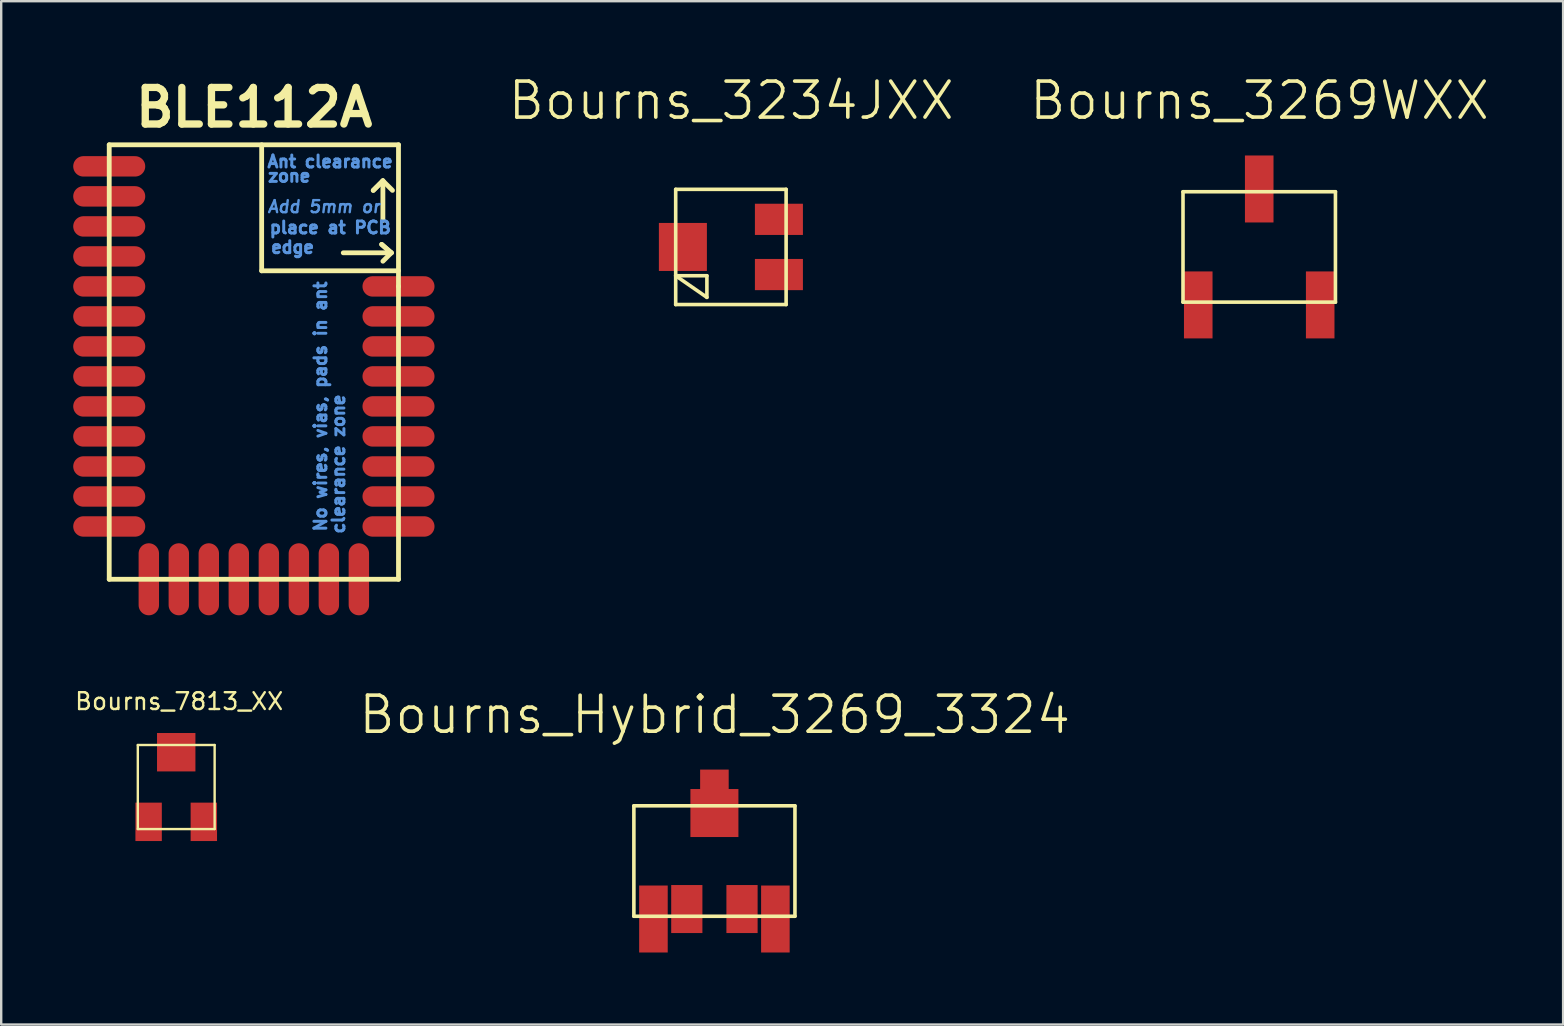
<source format=kicad_pcb>
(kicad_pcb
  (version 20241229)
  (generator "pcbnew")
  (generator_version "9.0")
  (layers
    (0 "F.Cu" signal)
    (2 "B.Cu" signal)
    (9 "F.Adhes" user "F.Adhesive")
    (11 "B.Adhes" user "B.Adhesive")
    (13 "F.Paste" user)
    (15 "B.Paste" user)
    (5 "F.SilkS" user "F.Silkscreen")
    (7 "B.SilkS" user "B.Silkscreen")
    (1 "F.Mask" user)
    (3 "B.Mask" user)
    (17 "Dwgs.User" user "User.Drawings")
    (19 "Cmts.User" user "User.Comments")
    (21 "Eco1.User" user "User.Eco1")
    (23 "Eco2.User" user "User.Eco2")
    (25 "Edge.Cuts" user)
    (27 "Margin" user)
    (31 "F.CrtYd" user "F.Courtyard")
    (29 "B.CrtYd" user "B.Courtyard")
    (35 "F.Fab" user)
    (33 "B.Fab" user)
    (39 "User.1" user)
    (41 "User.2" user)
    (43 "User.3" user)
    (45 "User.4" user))
  (footprint "Bourns_3234JXX"
    (layer "F.Cu")
    (at 27.397 7.237)
    (property "Reference" "Bourns_3234JXX" (at 0.013 -6.096 0) (layer "F.SilkS") (effects (font (size 1.5 1.5) (thickness 0.15))))
    (attr through_hole)
    (fp_line (start -2.3 -2.4) (end -2.3 2.4) (stroke (width 0.15) (type solid)) (layer "F.SilkS"))
    (fp_line (start -2.3 -2.4) (end 2.3 -2.4) (stroke (width 0.15) (type solid)) (layer "F.SilkS"))
    (fp_line (start -2.3 1.2) (end -1 1.2) (stroke (width 0.15) (type solid)) (layer "F.SilkS"))
    (fp_line (start -2.3 1.2) (end -1 2.1) (stroke (width 0.15) (type solid)) (layer "F.SilkS"))
    (fp_line (start -1 1.2) (end -1 2.1) (stroke (width 0.15) (type solid)) (layer "F.SilkS"))
    (fp_line (start 2.3 -2.4) (end 2.3 2.4) (stroke (width 0.15) (type solid)) (layer "F.SilkS"))
    (fp_line (start 2.3 2.4) (end -2.3 2.4) (stroke (width 0.15) (type solid)) (layer "F.SilkS"))
    (pad "1" smd rect (at 2 -1.15) (size 2 1.3) (layers "F.Cu" "F.Mask" "F.Paste"))
    (pad "2" smd rect (at -2 0) (size 2 2) (layers "F.Cu" "F.Mask" "F.Paste"))
    (pad "3" smd rect (at 2 1.15) (size 2 1.3) (layers "F.Cu" "F.Mask" "F.Paste")))
  (footprint "BLE112A"
    (layer "F.Cu")
    (at 7.524 12.031)
    (property "Reference" "BLE112A" (at 0.013 -10.604 0) (layer "F.SilkS") (effects (font (size 1.524 1.524) (thickness 0.305))))
    (attr smd)
    (fp_line (start -6.024 -9.05) (end -6.024 9.05) (stroke (width 0.2) (type solid)) (layer "F.SilkS"))
    (fp_line (start 0.326 -9.05) (end 0.326 -3.8) (stroke (width 0.2) (type solid)) (layer "F.SilkS"))
    (fp_line (start 0.326 -3.8) (end 6.026 -3.8) (stroke (width 0.2) (type solid)) (layer "F.SilkS"))
    (fp_line (start 3.725 -4.549) (end 5.726 -4.549) (stroke (width 0.2) (type solid)) (layer "F.SilkS"))
    (fp_line (start 4.974 -7.15) (end 5.376 -7.549) (stroke (width 0.2) (type solid)) (layer "F.SilkS"))
    (fp_line (start 5.325 -4.9) (end 5.726 -4.549) (stroke (width 0.2) (type solid)) (layer "F.SilkS"))
    (fp_line (start 5.376 -7.549) (end 4.974 -7.15) (stroke (width 0.2) (type solid)) (layer "F.SilkS"))
    (fp_line (start 5.376 -7.549) (end 5.775 -7.15) (stroke (width 0.2) (type solid)) (layer "F.SilkS"))
    (fp_line (start 5.376 -5.9) (end 5.376 -7.549) (stroke (width 0.2) (type solid)) (layer "F.SilkS"))
    (fp_line (start 5.726 -4.549) (end 5.325 -4.9) (stroke (width 0.2) (type solid)) (layer "F.SilkS"))
    (fp_line (start 5.726 -4.549) (end 5.376 -4.199) (stroke (width 0.2) (type solid)) (layer "F.SilkS"))
    (fp_line (start 6.026 -9.05) (end -6.024 -9.05) (stroke (width 0.2) (type solid)) (layer "F.SilkS"))
    (fp_line (start 6.026 -3.15) (end 6.026 -9.05) (stroke (width 0.2) (type solid)) (layer "F.SilkS"))
    (fp_line (start 6.026 -3.15) (end 6.026 9.05) (stroke (width 0.2) (type solid)) (layer "F.SilkS"))
    (fp_line (start 6.026 9.05) (end -6.024 9.05) (stroke (width 0.2) (type solid)) (layer "F.SilkS"))
    (fp_text user "edge" (at 1.615 -4.78 0) (layer "Cmts.User") (effects (font (size 0.5 0.5) (thickness 0.124))))
    (fp_text user "Add 5mm or" (at 2.925 -6.47 0) (layer "Cmts.User") (effects (font (size 0.5 0.5) (thickness 0.102) (italic yes))))
    (fp_text user "clearance zone" (at 3.527 4.249 90) (layer "Cmts.User") (effects (font (size 0.5 0.5) (thickness 0.124))))
    (fp_text user "Ant clearance" (at 3.176 -8.349 0) (layer "Cmts.User") (effects (font (size 0.5 0.5) (thickness 0.124))))
    (fp_text user "place at PCB" (at 3.185 -5.6 0) (layer "Cmts.User") (effects (font (size 0.5 0.5) (thickness 0.124))))
    (fp_text user "No wires, vias, pads in ant" (at 2.777 1.849 90) (layer "Cmts.User") (effects (font (size 0.5 0.5) (thickness 0.124))))
    (fp_text user "zone" (at 1.474 -7.75 0) (layer "Cmts.User") (effects (font (size 0.5 0.5) (thickness 0.124))))
    (pad "1" smd oval (at -6.024 -8.151 90) (size 0.85 3) (layers "F.Cu" "F.Mask" "F.Paste"))
    (pad "2" smd oval (at -6.024 -6.901 90) (size 0.85 3) (layers "F.Cu" "F.Mask" "F.Paste"))
    (pad "3" smd oval (at -6.024 -5.649 90) (size 0.85 3) (layers "F.Cu" "F.Mask" "F.Paste"))
    (pad "4" smd oval (at -6.024 -4.399 270) (size 0.85 3) (layers "F.Cu" "F.Mask" "F.Paste"))
    (pad "5" smd oval (at -6.024 -3.15 90) (size 0.85 3) (layers "F.Cu" "F.Mask" "F.Paste"))
    (pad "6" smd oval (at -6.024 -1.9 90) (size 0.85 3) (layers "F.Cu" "F.Mask" "F.Paste"))
    (pad "7" smd oval (at -6.024 -0.65 90) (size 0.85 3) (layers "F.Cu" "F.Mask" "F.Paste"))
    (pad "8" smd oval (at -6.024 0.599 90) (size 0.85 3) (layers "F.Cu" "F.Mask" "F.Paste"))
    (pad "9" smd oval (at -6.024 1.849 90) (size 0.85 3) (layers "F.Cu" "F.Mask" "F.Paste"))
    (pad "10" smd oval (at -6.024 3.099 90) (size 0.85 3) (layers "F.Cu" "F.Mask" "F.Paste"))
    (pad "11" smd oval (at -6.024 4.351 90) (size 0.85 3) (layers "F.Cu" "F.Mask" "F.Paste"))
    (pad "12" smd oval (at -6.024 5.601 90) (size 0.85 3) (layers "F.Cu" "F.Mask" "F.Paste"))
    (pad "13" smd oval (at -6.024 6.85 90) (size 0.85 3) (layers "F.Cu" "F.Mask" "F.Paste"))
    (pad "14" smd oval (at -4.375 9.05) (size 0.85 3) (layers "F.Cu" "F.Mask" "F.Paste"))
    (pad "15" smd oval (at -3.125 9.05) (size 0.85 3) (layers "F.Cu" "F.Mask" "F.Paste"))
    (pad "16" smd oval (at -1.876 9.05) (size 0.85 3) (layers "F.Cu" "F.Mask" "F.Paste"))
    (pad "17" smd oval (at -0.626 9.05) (size 0.85 3) (layers "F.Cu" "F.Mask" "F.Paste"))
    (pad "18" smd oval (at 0.626 9.05) (size 0.85 3) (layers "F.Cu" "F.Mask" "F.Paste"))
    (pad "19" smd oval (at 1.876 9.05) (size 0.85 3) (layers "F.Cu" "F.Mask" "F.Paste"))
    (pad "20" smd oval (at 3.125 9.05) (size 0.85 3) (layers "F.Cu" "F.Mask" "F.Paste"))
    (pad "21" smd oval (at 4.375 9.05) (size 0.85 3) (layers "F.Cu" "F.Mask" "F.Paste"))
    (pad "22" smd oval (at 6.026 6.85 90) (size 0.85 3) (layers "F.Cu" "F.Mask" "F.Paste"))
    (pad "23" smd oval (at 6.026 5.601 90) (size 0.85 3) (layers "F.Cu" "F.Mask" "F.Paste"))
    (pad "24" smd oval (at 6.026 4.351 90) (size 0.85 3) (layers "F.Cu" "F.Mask" "F.Paste"))
    (pad "25" smd oval (at 6.026 3.099 90) (size 0.85 3) (layers "F.Cu" "F.Mask" "F.Paste"))
    (pad "26" smd oval (at 6.026 1.849 90) (size 0.85 3) (layers "F.Cu" "F.Mask" "F.Paste"))
    (pad "27" smd oval (at 6.026 0.599 90) (size 0.85 3) (layers "F.Cu" "F.Mask" "F.Paste"))
    (pad "28" smd oval (at 6.026 -0.65 90) (size 0.85 3) (layers "F.Cu" "F.Mask" "F.Paste"))
    (pad "29" smd oval (at 6.026 -1.9 90) (size 0.85 3) (layers "F.Cu" "F.Mask" "F.Paste"))
    (pad "30" smd oval (at 6.026 -3.15 90) (size 0.85 3) (layers "F.Cu" "F.Mask" "F.Paste")))
  (footprint "Bourns_7813_XX"
    (layer "F.Cu")
    (at 4.291 29.735)
    (property "Reference" "Bourns_7813_XX" (at 0.122 -3.569 0) (layer "F.SilkS") (effects (font (size 0.7 0.7) (thickness 0.1))))
    (attr through_hole)
    (fp_line (start -1.6 -1.75) (end -1.6 1.75) (stroke (width 0.1) (type solid)) (layer "F.SilkS"))
    (fp_line (start -1.6 -1.75) (end 1.6 -1.75) (stroke (width 0.1) (type solid)) (layer "F.SilkS"))
    (fp_line (start -1.6 1.75) (end 1.6 1.75) (stroke (width 0.1) (type solid)) (layer "F.SilkS"))
    (fp_line (start 1.6 -1.75) (end 1.6 1.75) (stroke (width 0.1) (type solid)) (layer "F.SilkS"))
    (pad "1" smd rect (at -1.15 1.45) (size 1.1 1.6) (layers "F.Cu" "F.Mask" "F.Paste"))
    (pad "2" smd rect (at 0 -1.45) (size 1.6 1.6) (layers "F.Cu" "F.Mask" "F.Paste"))
    (pad "3" smd rect (at 1.15 1.45) (size 1.1 1.6) (layers "F.Cu" "F.Mask" "F.Paste")))
  (footprint "Bourns_3269WXX"
    (layer "F.Cu")
    (at 49.405 7.237)
    (property "Reference" "Bourns_3269WXX" (at 0.013 -6.096 0) (layer "F.SilkS") (effects (font (size 1.5 1.5) (thickness 0.15))))
    (attr through_hole)
    (fp_line (start -3.175 -2.3) (end -3.175 2.3) (stroke (width 0.15) (type solid)) (layer "F.SilkS"))
    (fp_line (start -3.175 -2.3) (end 3.175 -2.3) (stroke (width 0.15) (type solid)) (layer "F.SilkS"))
    (fp_line (start 3.175 -2.3) (end 3.175 2.3) (stroke (width 0.15) (type solid)) (layer "F.SilkS"))
    (fp_line (start 3.175 2.3) (end -3.175 2.3) (stroke (width 0.15) (type solid)) (layer "F.SilkS"))
    (pad "1" smd rect (at -2.54 2.415) (size 1.19 2.79) (layers "F.Cu" "F.Mask" "F.Paste"))
    (pad "2" smd rect (at 0 -2.415) (size 1.19 2.79) (layers "F.Cu" "F.Mask" "F.Paste"))
    (pad "3" smd rect (at 2.54 2.415) (size 1.19 2.79) (layers "F.Cu" "F.Mask" "F.Paste")))
  (footprint "Bourns_Hybrid_3269_3324"
    (layer "F.Cu")
    (at 26.71 32.818)
    (property "Reference" "Bourns_Hybrid_3269_3324" (at 0.013 -6.096 0) (layer "F.SilkS") (effects (font (size 1.5 1.5) (thickness 0.15))))
    (attr through_hole)
    (fp_line (start -3.355 -2.3) (end -3.355 2.3) (stroke (width 0.15) (type solid)) (layer "F.SilkS"))
    (fp_line (start -3.355 -2.3) (end 3.355 -2.3) (stroke (width 0.15) (type solid)) (layer "F.SilkS"))
    (fp_line (start 3.355 -2.3) (end 3.355 2.3) (stroke (width 0.15) (type solid)) (layer "F.SilkS"))
    (fp_line (start 3.355 2.3) (end -3.355 2.3) (stroke (width 0.15) (type solid)) (layer "F.SilkS"))
    (pad "1" smd rect (at -2.54 2.415) (size 1.19 2.79) (layers "F.Cu" "F.Mask" "F.Paste"))
    (pad "1" smd rect (at -1.15 2) (size 1.3 2) (layers "F.Cu" "F.Mask" "F.Paste"))
    (pad "2" smd rect (at 0 -2.415) (size 1.19 2.79) (layers "F.Cu" "F.Mask" "F.Paste"))
    (pad "2" smd rect (at 0 -2) (size 2 2) (layers "F.Cu" "F.Mask" "F.Paste"))
    (pad "3" smd rect (at 1.15 2) (size 1.3 2) (layers "F.Cu" "F.Mask" "F.Paste"))
    (pad "3" smd rect (at 2.54 2.415) (size 1.19 2.79) (layers "F.Cu" "F.Mask" "F.Paste")))
  (gr_rect
    (start -3 -3)
    (end 62.064 39.628)
    (stroke (width 0.1) (type default))
    (fill no)
    (layer "Edge.Cuts")))
</source>
